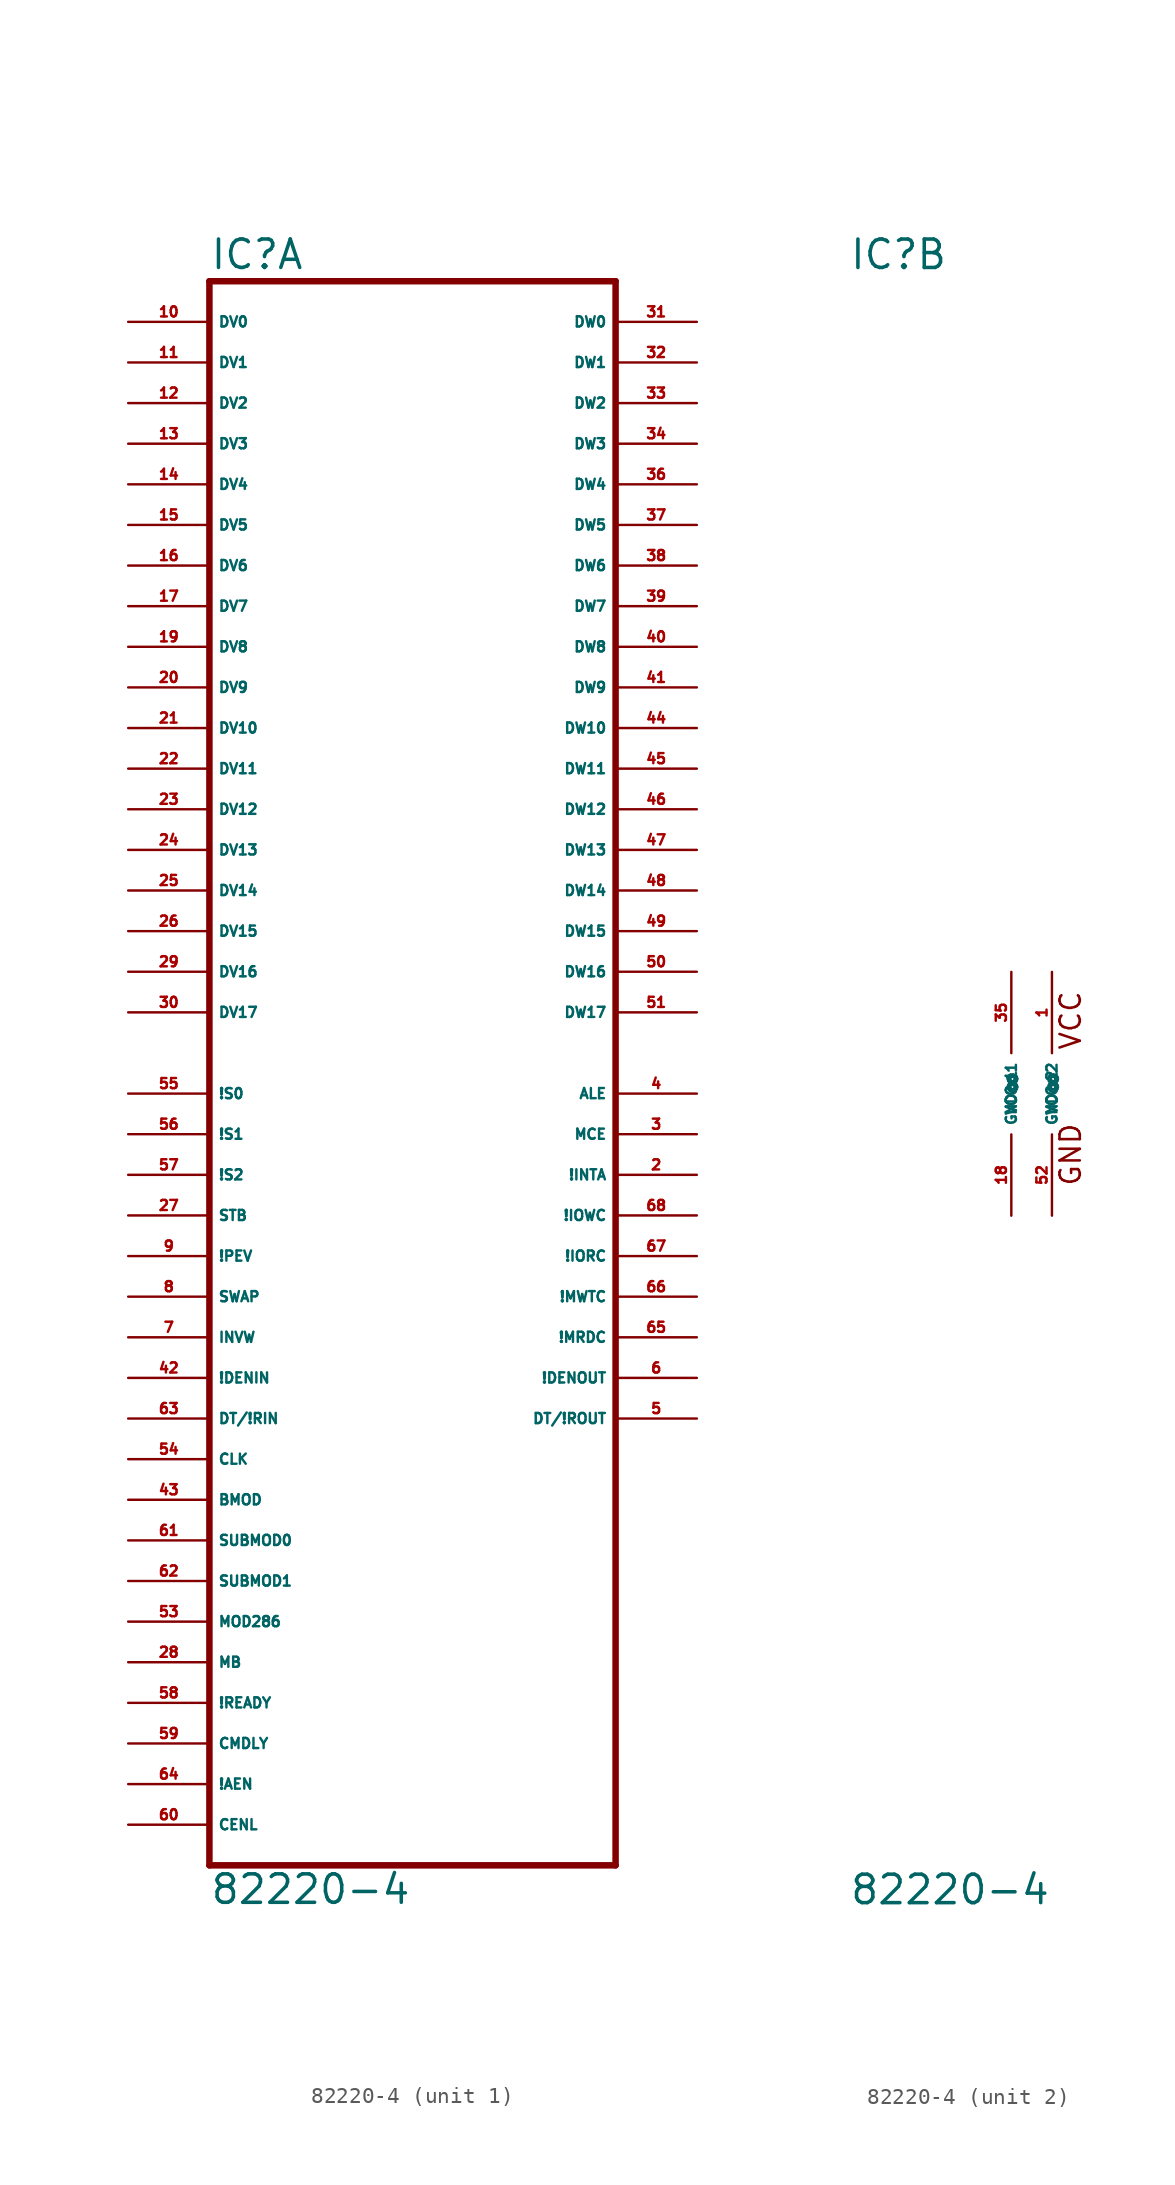
<source format=kicad_sym>
(kicad_symbol_lib
  (version 20220914)
  (generator Eagle2Kicad)
  (symbol "82220-4"
    (property "Reference" "IC"
      (at -12.7 51.435 0)
      (effects (font (size 1.778 1.778) (thickness 0.22)) (justify left bottom)))
    (property "Value" "82220-4"
      (at -12.7 -50.8 0)
      (effects (font (size 1.778 1.778) (thickness 0.22)) (justify left bottom)))
    (symbol "82220-4_1_0"
      (polyline (pts (xy 12.7 -48.26) (xy -12.7 -48.26)) (stroke (width 0.406) (type default)) (fill (type none)))
      (polyline (pts (xy -12.7 -48.26) (xy -12.7 50.8)) (stroke (width 0.406) (type default)) (fill (type none)))
      (polyline (pts (xy -12.7 50.8) (xy 12.7 50.8)) (stroke (width 0.406) (type default)) (fill (type none)))
      (polyline (pts (xy 12.7 50.8) (xy 12.7 -48.26)) (stroke (width 0.406) (type default)) (fill (type none)))
      (pin bidirectional line (at -17.78 48.26 0) (length 5.08) (name "DV0" (effects (font (size 0.635 0.635) (thickness 0.08)) (justify left bottom))) (number "10" (effects (font (size 0.635 0.635) (thickness 0.08)) (justify left bottom))))
      (pin bidirectional line (at -17.78 45.72 0) (length 5.08) (name "DV1" (effects (font (size 0.635 0.635) (thickness 0.08)) (justify left bottom))) (number "11" (effects (font (size 0.635 0.635) (thickness 0.08)) (justify left bottom))))
      (pin bidirectional line (at -17.78 43.18 0) (length 5.08) (name "DV2" (effects (font (size 0.635 0.635) (thickness 0.08)) (justify left bottom))) (number "12" (effects (font (size 0.635 0.635) (thickness 0.08)) (justify left bottom))))
      (pin bidirectional line (at -17.78 40.64 0) (length 5.08) (name "DV3" (effects (font (size 0.635 0.635) (thickness 0.08)) (justify left bottom))) (number "13" (effects (font (size 0.635 0.635) (thickness 0.08)) (justify left bottom))))
      (pin bidirectional line (at -17.78 38.1 0) (length 5.08) (name "DV4" (effects (font (size 0.635 0.635) (thickness 0.08)) (justify left bottom))) (number "14" (effects (font (size 0.635 0.635) (thickness 0.08)) (justify left bottom))))
      (pin bidirectional line (at -17.78 35.56 0) (length 5.08) (name "DV5" (effects (font (size 0.635 0.635) (thickness 0.08)) (justify left bottom))) (number "15" (effects (font (size 0.635 0.635) (thickness 0.08)) (justify left bottom))))
      (pin bidirectional line (at -17.78 33.02 0) (length 5.08) (name "DV6" (effects (font (size 0.635 0.635) (thickness 0.08)) (justify left bottom))) (number "16" (effects (font (size 0.635 0.635) (thickness 0.08)) (justify left bottom))))
      (pin bidirectional line (at -17.78 30.48 0) (length 5.08) (name "DV7" (effects (font (size 0.635 0.635) (thickness 0.08)) (justify left bottom))) (number "17" (effects (font (size 0.635 0.635) (thickness 0.08)) (justify left bottom))))
      (pin bidirectional line (at -17.78 27.94 0) (length 5.08) (name "DV8" (effects (font (size 0.635 0.635) (thickness 0.08)) (justify left bottom))) (number "19" (effects (font (size 0.635 0.635) (thickness 0.08)) (justify left bottom))))
      (pin bidirectional line (at -17.78 25.4 0) (length 5.08) (name "DV9" (effects (font (size 0.635 0.635) (thickness 0.08)) (justify left bottom))) (number "20" (effects (font (size 0.635 0.635) (thickness 0.08)) (justify left bottom))))
      (pin bidirectional line (at -17.78 22.86 0) (length 5.08) (name "DV10" (effects (font (size 0.635 0.635) (thickness 0.08)) (justify left bottom))) (number "21" (effects (font (size 0.635 0.635) (thickness 0.08)) (justify left bottom))))
      (pin bidirectional line (at -17.78 20.32 0) (length 5.08) (name "DV11" (effects (font (size 0.635 0.635) (thickness 0.08)) (justify left bottom))) (number "22" (effects (font (size 0.635 0.635) (thickness 0.08)) (justify left bottom))))
      (pin bidirectional line (at -17.78 17.78 0) (length 5.08) (name "DV12" (effects (font (size 0.635 0.635) (thickness 0.08)) (justify left bottom))) (number "23" (effects (font (size 0.635 0.635) (thickness 0.08)) (justify left bottom))))
      (pin bidirectional line (at -17.78 15.24 0) (length 5.08) (name "DV13" (effects (font (size 0.635 0.635) (thickness 0.08)) (justify left bottom))) (number "24" (effects (font (size 0.635 0.635) (thickness 0.08)) (justify left bottom))))
      (pin bidirectional line (at -17.78 12.7 0) (length 5.08) (name "DV14" (effects (font (size 0.635 0.635) (thickness 0.08)) (justify left bottom))) (number "25" (effects (font (size 0.635 0.635) (thickness 0.08)) (justify left bottom))))
      (pin bidirectional line (at -17.78 10.16 0) (length 5.08) (name "DV15" (effects (font (size 0.635 0.635) (thickness 0.08)) (justify left bottom))) (number "26" (effects (font (size 0.635 0.635) (thickness 0.08)) (justify left bottom))))
      (pin input line (at -17.78 -33.02 0) (length 5.08) (name "MOD286" (effects (font (size 0.635 0.635) (thickness 0.08)) (justify left bottom))) (number "53" (effects (font (size 0.635 0.635) (thickness 0.08)) (justify left bottom))))
      (pin input line (at -17.78 -22.86 0) (length 5.08) (name "CLK" (effects (font (size 0.635 0.635) (thickness 0.08)) (justify left bottom))) (number "54" (effects (font (size 0.635 0.635) (thickness 0.08)) (justify left bottom))))
      (pin input line (at -17.78 -7.62 0) (length 5.08) (name "STB" (effects (font (size 0.635 0.635) (thickness 0.08)) (justify left bottom))) (number "27" (effects (font (size 0.635 0.635) (thickness 0.08)) (justify left bottom))))
      (pin bidirectional line (at 17.78 7.62 180) (length 5.08) (name "DW16" (effects (font (size 0.635 0.635) (thickness 0.08)) (justify left bottom))) (number "50" (effects (font (size 0.635 0.635) (thickness 0.08)) (justify left bottom))))
      (pin bidirectional line (at 17.78 5.08 180) (length 5.08) (name "DW17" (effects (font (size 0.635 0.635) (thickness 0.08)) (justify left bottom))) (number "51" (effects (font (size 0.635 0.635) (thickness 0.08)) (justify left bottom))))
      (pin input line (at -17.78 -15.24 0) (length 5.08) (name "INVW" (effects (font (size 0.635 0.635) (thickness 0.08)) (justify left bottom))) (number "7" (effects (font (size 0.635 0.635) (thickness 0.08)) (justify left bottom))))
      (pin input line (at -17.78 -17.78 0) (length 5.08) (name "!DENIN" (effects (font (size 0.635 0.635) (thickness 0.08)) (justify left bottom))) (number "42" (effects (font (size 0.635 0.635) (thickness 0.08)) (justify left bottom))))
      (pin input line (at -17.78 -20.32 0) (length 5.08) (name "DT/!RIN" (effects (font (size 0.635 0.635) (thickness 0.08)) (justify left bottom))) (number "63" (effects (font (size 0.635 0.635) (thickness 0.08)) (justify left bottom))))
      (pin input line (at -17.78 -30.48 0) (length 5.08) (name "SUBMOD1" (effects (font (size 0.635 0.635) (thickness 0.08)) (justify left bottom))) (number "62" (effects (font (size 0.635 0.635) (thickness 0.08)) (justify left bottom))))
      (pin input line (at -17.78 -27.94 0) (length 5.08) (name "SUBMOD0" (effects (font (size 0.635 0.635) (thickness 0.08)) (justify left bottom))) (number "61" (effects (font (size 0.635 0.635) (thickness 0.08)) (justify left bottom))))
      (pin bidirectional line (at 17.78 48.26 180) (length 5.08) (name "DW0" (effects (font (size 0.635 0.635) (thickness 0.08)) (justify left bottom))) (number "31" (effects (font (size 0.635 0.635) (thickness 0.08)) (justify left bottom))))
      (pin bidirectional line (at 17.78 45.72 180) (length 5.08) (name "DW1" (effects (font (size 0.635 0.635) (thickness 0.08)) (justify left bottom))) (number "32" (effects (font (size 0.635 0.635) (thickness 0.08)) (justify left bottom))))
      (pin bidirectional line (at 17.78 43.18 180) (length 5.08) (name "DW2" (effects (font (size 0.635 0.635) (thickness 0.08)) (justify left bottom))) (number "33" (effects (font (size 0.635 0.635) (thickness 0.08)) (justify left bottom))))
      (pin bidirectional line (at 17.78 40.64 180) (length 5.08) (name "DW3" (effects (font (size 0.635 0.635) (thickness 0.08)) (justify left bottom))) (number "34" (effects (font (size 0.635 0.635) (thickness 0.08)) (justify left bottom))))
      (pin bidirectional line (at 17.78 38.1 180) (length 5.08) (name "DW4" (effects (font (size 0.635 0.635) (thickness 0.08)) (justify left bottom))) (number "36" (effects (font (size 0.635 0.635) (thickness 0.08)) (justify left bottom))))
      (pin bidirectional line (at 17.78 35.56 180) (length 5.08) (name "DW5" (effects (font (size 0.635 0.635) (thickness 0.08)) (justify left bottom))) (number "37" (effects (font (size 0.635 0.635) (thickness 0.08)) (justify left bottom))))
      (pin bidirectional line (at 17.78 33.02 180) (length 5.08) (name "DW6" (effects (font (size 0.635 0.635) (thickness 0.08)) (justify left bottom))) (number "38" (effects (font (size 0.635 0.635) (thickness 0.08)) (justify left bottom))))
      (pin bidirectional line (at 17.78 30.48 180) (length 5.08) (name "DW7" (effects (font (size 0.635 0.635) (thickness 0.08)) (justify left bottom))) (number "39" (effects (font (size 0.635 0.635) (thickness 0.08)) (justify left bottom))))
      (pin bidirectional line (at 17.78 27.94 180) (length 5.08) (name "DW8" (effects (font (size 0.635 0.635) (thickness 0.08)) (justify left bottom))) (number "40" (effects (font (size 0.635 0.635) (thickness 0.08)) (justify left bottom))))
      (pin bidirectional line (at 17.78 25.4 180) (length 5.08) (name "DW9" (effects (font (size 0.635 0.635) (thickness 0.08)) (justify left bottom))) (number "41" (effects (font (size 0.635 0.635) (thickness 0.08)) (justify left bottom))))
      (pin bidirectional line (at 17.78 22.86 180) (length 5.08) (name "DW10" (effects (font (size 0.635 0.635) (thickness 0.08)) (justify left bottom))) (number "44" (effects (font (size 0.635 0.635) (thickness 0.08)) (justify left bottom))))
      (pin bidirectional line (at 17.78 20.32 180) (length 5.08) (name "DW11" (effects (font (size 0.635 0.635) (thickness 0.08)) (justify left bottom))) (number "45" (effects (font (size 0.635 0.635) (thickness 0.08)) (justify left bottom))))
      (pin bidirectional line (at 17.78 17.78 180) (length 5.08) (name "DW12" (effects (font (size 0.635 0.635) (thickness 0.08)) (justify left bottom))) (number "46" (effects (font (size 0.635 0.635) (thickness 0.08)) (justify left bottom))))
      (pin bidirectional line (at 17.78 15.24 180) (length 5.08) (name "DW13" (effects (font (size 0.635 0.635) (thickness 0.08)) (justify left bottom))) (number "47" (effects (font (size 0.635 0.635) (thickness 0.08)) (justify left bottom))))
      (pin bidirectional line (at 17.78 12.7 180) (length 5.08) (name "DW14" (effects (font (size 0.635 0.635) (thickness 0.08)) (justify left bottom))) (number "48" (effects (font (size 0.635 0.635) (thickness 0.08)) (justify left bottom))))
      (pin bidirectional line (at 17.78 10.16 180) (length 5.08) (name "DW15" (effects (font (size 0.635 0.635) (thickness 0.08)) (justify left bottom))) (number "49" (effects (font (size 0.635 0.635) (thickness 0.08)) (justify left bottom))))
      (pin input line (at -17.78 0 0) (length 5.08) (name "!S0" (effects (font (size 0.635 0.635) (thickness 0.08)) (justify left bottom))) (number "55" (effects (font (size 0.635 0.635) (thickness 0.08)) (justify left bottom))))
      (pin input line (at -17.78 -2.54 0) (length 5.08) (name "!S1" (effects (font (size 0.635 0.635) (thickness 0.08)) (justify left bottom))) (number "56" (effects (font (size 0.635 0.635) (thickness 0.08)) (justify left bottom))))
      (pin input line (at -17.78 -35.56 0) (length 5.08) (name "MB" (effects (font (size 0.635 0.635) (thickness 0.08)) (justify left bottom))) (number "28" (effects (font (size 0.635 0.635) (thickness 0.08)) (justify left bottom))))
      (pin output line (at 17.78 -7.62 180) (length 5.08) (name "!IOWC" (effects (font (size 0.635 0.635) (thickness 0.08)) (justify left bottom))) (number "68" (effects (font (size 0.635 0.635) (thickness 0.08)) (justify left bottom))))
      (pin output line (at 17.78 -5.08 180) (length 5.08) (name "!INTA" (effects (font (size 0.635 0.635) (thickness 0.08)) (justify left bottom))) (number "2" (effects (font (size 0.635 0.635) (thickness 0.08)) (justify left bottom))))
      (pin output line (at 17.78 -2.54 180) (length 5.08) (name "MCE" (effects (font (size 0.635 0.635) (thickness 0.08)) (justify left bottom))) (number "3" (effects (font (size 0.635 0.635) (thickness 0.08)) (justify left bottom))))
      (pin output line (at 17.78 0 180) (length 5.08) (name "ALE" (effects (font (size 0.635 0.635) (thickness 0.08)) (justify left bottom))) (number "4" (effects (font (size 0.635 0.635) (thickness 0.08)) (justify left bottom))))
      (pin output line (at 17.78 -20.32 180) (length 5.08) (name "DT/!ROUT" (effects (font (size 0.635 0.635) (thickness 0.08)) (justify left bottom))) (number "5" (effects (font (size 0.635 0.635) (thickness 0.08)) (justify left bottom))))
      (pin output line (at 17.78 -17.78 180) (length 5.08) (name "!DENOUT" (effects (font (size 0.635 0.635) (thickness 0.08)) (justify left bottom))) (number "6" (effects (font (size 0.635 0.635) (thickness 0.08)) (justify left bottom))))
      (pin input line (at -17.78 -12.7 0) (length 5.08) (name "SWAP" (effects (font (size 0.635 0.635) (thickness 0.08)) (justify left bottom))) (number "8" (effects (font (size 0.635 0.635) (thickness 0.08)) (justify left bottom))))
      (pin input line (at -17.78 -10.16 0) (length 5.08) (name "!PEV" (effects (font (size 0.635 0.635) (thickness 0.08)) (justify left bottom))) (number "9" (effects (font (size 0.635 0.635) (thickness 0.08)) (justify left bottom))))
      (pin output line (at 17.78 -10.16 180) (length 5.08) (name "!IORC" (effects (font (size 0.635 0.635) (thickness 0.08)) (justify left bottom))) (number "67" (effects (font (size 0.635 0.635) (thickness 0.08)) (justify left bottom))))
      (pin output line (at 17.78 -12.7 180) (length 5.08) (name "!MWTC" (effects (font (size 0.635 0.635) (thickness 0.08)) (justify left bottom))) (number "66" (effects (font (size 0.635 0.635) (thickness 0.08)) (justify left bottom))))
      (pin input line (at -17.78 -5.08 0) (length 5.08) (name "!S2" (effects (font (size 0.635 0.635) (thickness 0.08)) (justify left bottom))) (number "57" (effects (font (size 0.635 0.635) (thickness 0.08)) (justify left bottom))))
      (pin input line (at -17.78 -38.1 0) (length 5.08) (name "!READY" (effects (font (size 0.635 0.635) (thickness 0.08)) (justify left bottom))) (number "58" (effects (font (size 0.635 0.635) (thickness 0.08)) (justify left bottom))))
      (pin input line (at -17.78 -40.64 0) (length 5.08) (name "CMDLY" (effects (font (size 0.635 0.635) (thickness 0.08)) (justify left bottom))) (number "59" (effects (font (size 0.635 0.635) (thickness 0.08)) (justify left bottom))))
      (pin input line (at -17.78 -45.72 0) (length 5.08) (name "CENL" (effects (font (size 0.635 0.635) (thickness 0.08)) (justify left bottom))) (number "60" (effects (font (size 0.635 0.635) (thickness 0.08)) (justify left bottom))))
      (pin input line (at -17.78 -43.18 0) (length 5.08) (name "!AEN" (effects (font (size 0.635 0.635) (thickness 0.08)) (justify left bottom))) (number "64" (effects (font (size 0.635 0.635) (thickness 0.08)) (justify left bottom))))
      (pin output line (at 17.78 -15.24 180) (length 5.08) (name "!MRDC" (effects (font (size 0.635 0.635) (thickness 0.08)) (justify left bottom))) (number "65" (effects (font (size 0.635 0.635) (thickness 0.08)) (justify left bottom))))
      (pin bidirectional line (at -17.78 7.62 0) (length 5.08) (name "DV16" (effects (font (size 0.635 0.635) (thickness 0.08)) (justify left bottom))) (number "29" (effects (font (size 0.635 0.635) (thickness 0.08)) (justify left bottom))))
      (pin bidirectional line (at -17.78 5.08 0) (length 5.08) (name "DV17" (effects (font (size 0.635 0.635) (thickness 0.08)) (justify left bottom))) (number "30" (effects (font (size 0.635 0.635) (thickness 0.08)) (justify left bottom))))
      (pin input line (at -17.78 -25.4 0) (length 5.08) (name "BMOD" (effects (font (size 0.635 0.635) (thickness 0.08)) (justify left bottom))) (number "43" (effects (font (size 0.635 0.635) (thickness 0.08)) (justify left bottom)))))
    (symbol "82220-4_2_0"
      (text "VCC" (at 1.905 2.667 900) (effects (font (size 1.27 1.27) (thickness 0.16)) (justify left bottom)))
      (text "GND" (at 1.905 -5.842 900) (effects (font (size 1.27 1.27) (thickness 0.16)) (justify left bottom)))
      (pin unspecified line (at -2.54 -7.62 90) (length 5.08) (name "GND@1" (effects (font (size 0.635 0.635) (thickness 0.08)) (justify left bottom))) (number "18" (effects (font (size 0.635 0.635) (thickness 0.08)) (justify left bottom))))
      (pin unspecified line (at 0 -7.62 90) (length 5.08) (name "GND@2" (effects (font (size 0.635 0.635) (thickness 0.08)) (justify left bottom))) (number "52" (effects (font (size 0.635 0.635) (thickness 0.08)) (justify left bottom))))
      (pin unspecified line (at -2.54 7.62 270) (length 5.08) (name "VCC@1" (effects (font (size 0.635 0.635) (thickness 0.08)) (justify left bottom))) (number "35" (effects (font (size 0.635 0.635) (thickness 0.08)) (justify left bottom))))
      (pin unspecified line (at 0 7.62 270) (length 5.08) (name "VCC@2" (effects (font (size 0.635 0.635) (thickness 0.08)) (justify left bottom))) (number "1" (effects (font (size 0.635 0.635) (thickness 0.08)) (justify left bottom)))))))
</source>
